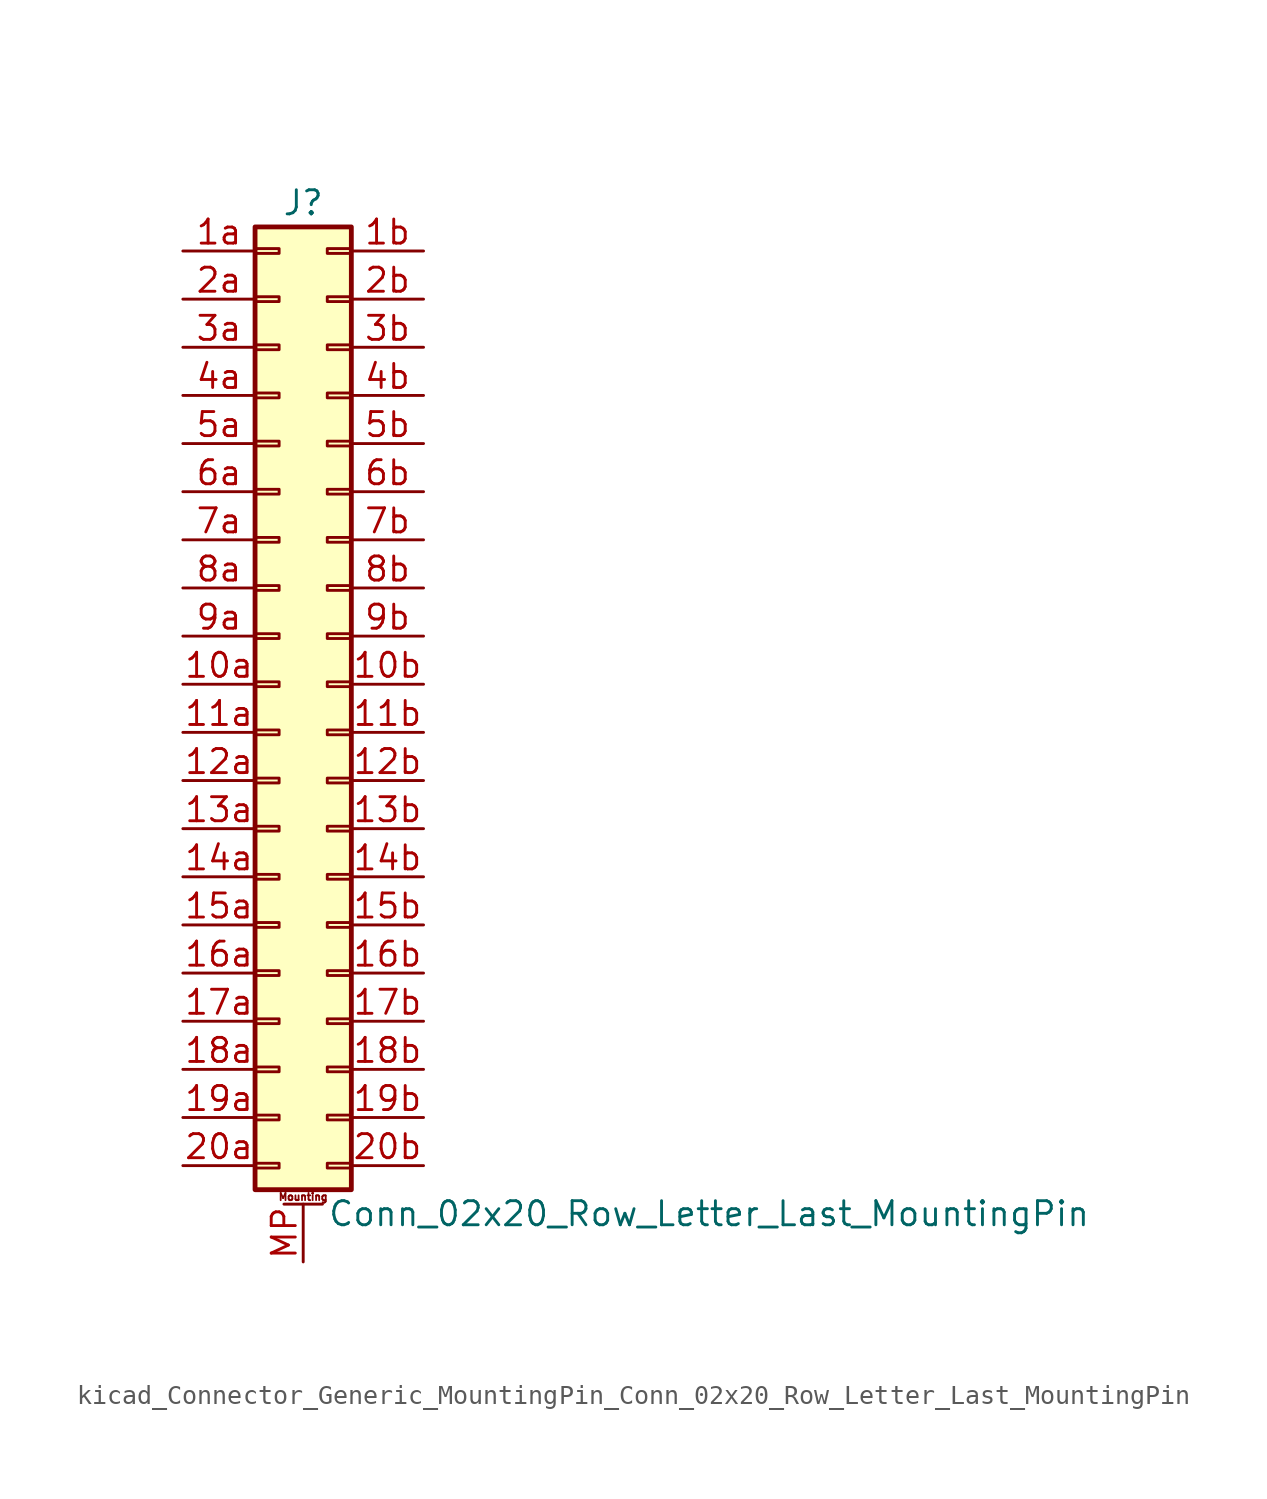
<source format=kicad_sym>
(kicad_symbol_lib
  (version 20220914)
  (generator kicad_symbol_editor)
  (symbol "kicad_Connector_Generic_MountingPin_Conn_02x20_Row_Letter_Last_MountingPin"
    (pin_names
      (offset 1.016) hide)
    (property "Reference" "J"
      (at 1.27 25.4 0)
      (effects (font (size 1.27 1.27))))
    (property "Value" "Conn_02x20_Row_Letter_Last_MountingPin"
      (at 2.54 -27.94 0)
      (effects (font (size 1.27 1.27)) (justify left)))
    (symbol "kicad_Connector_Generic_MountingPin_Conn_02x20_Row_Letter_Last_MountingPin_1_1"
      (rectangle (start -1.27 -25.273) (end 0 -25.527) (stroke (width 0.152) (type default)) (fill (type none)))
      (rectangle (start -1.27 -22.733) (end 0 -22.987) (stroke (width 0.152) (type default)) (fill (type none)))
      (rectangle (start -1.27 -20.193) (end 0 -20.447) (stroke (width 0.152) (type default)) (fill (type none)))
      (rectangle (start -1.27 -17.653) (end 0 -17.907) (stroke (width 0.152) (type default)) (fill (type none)))
      (rectangle (start -1.27 -15.113) (end 0 -15.367) (stroke (width 0.152) (type default)) (fill (type none)))
      (rectangle (start -1.27 -12.573) (end 0 -12.827) (stroke (width 0.152) (type default)) (fill (type none)))
      (rectangle (start -1.27 -10.033) (end 0 -10.287) (stroke (width 0.152) (type default)) (fill (type none)))
      (rectangle (start -1.27 -7.493) (end 0 -7.747) (stroke (width 0.152) (type default)) (fill (type none)))
      (rectangle (start -1.27 -4.953) (end 0 -5.207) (stroke (width 0.152) (type default)) (fill (type none)))
      (rectangle (start -1.27 -2.413) (end 0 -2.667) (stroke (width 0.152) (type default)) (fill (type none)))
      (rectangle (start -1.27 0.127) (end 0 -0.127) (stroke (width 0.152) (type default)) (fill (type none)))
      (rectangle (start -1.27 2.667) (end 0 2.413) (stroke (width 0.152) (type default)) (fill (type none)))
      (rectangle (start -1.27 5.207) (end 0 4.953) (stroke (width 0.152) (type default)) (fill (type none)))
      (rectangle (start -1.27 7.747) (end 0 7.493) (stroke (width 0.152) (type default)) (fill (type none)))
      (rectangle (start -1.27 10.287) (end 0 10.033) (stroke (width 0.152) (type default)) (fill (type none)))
      (rectangle (start -1.27 12.827) (end 0 12.573) (stroke (width 0.152) (type default)) (fill (type none)))
      (rectangle (start -1.27 15.367) (end 0 15.113) (stroke (width 0.152) (type default)) (fill (type none)))
      (rectangle (start -1.27 17.907) (end 0 17.653) (stroke (width 0.152) (type default)) (fill (type none)))
      (rectangle (start -1.27 20.447) (end 0 20.193) (stroke (width 0.152) (type default)) (fill (type none)))
      (rectangle (start -1.27 22.987) (end 0 22.733) (stroke (width 0.152) (type default)) (fill (type none)))
      (rectangle (start -1.27 24.13) (end 3.81 -26.67) (stroke (width 0.254) (type default)) (fill (type background)))
      (polyline (pts (xy 0.254 -27.432) (xy 2.286 -27.432)) (stroke (width 0.152) (type default)) (fill (type none)))
      (rectangle (start 3.81 -25.273) (end 2.54 -25.527) (stroke (width 0.152) (type default)) (fill (type none)))
      (rectangle (start 3.81 -22.733) (end 2.54 -22.987) (stroke (width 0.152) (type default)) (fill (type none)))
      (rectangle (start 3.81 -20.193) (end 2.54 -20.447) (stroke (width 0.152) (type default)) (fill (type none)))
      (rectangle (start 3.81 -17.653) (end 2.54 -17.907) (stroke (width 0.152) (type default)) (fill (type none)))
      (rectangle (start 3.81 -15.113) (end 2.54 -15.367) (stroke (width 0.152) (type default)) (fill (type none)))
      (rectangle (start 3.81 -12.573) (end 2.54 -12.827) (stroke (width 0.152) (type default)) (fill (type none)))
      (rectangle (start 3.81 -10.033) (end 2.54 -10.287) (stroke (width 0.152) (type default)) (fill (type none)))
      (rectangle (start 3.81 -7.493) (end 2.54 -7.747) (stroke (width 0.152) (type default)) (fill (type none)))
      (rectangle (start 3.81 -4.953) (end 2.54 -5.207) (stroke (width 0.152) (type default)) (fill (type none)))
      (rectangle (start 3.81 -2.413) (end 2.54 -2.667) (stroke (width 0.152) (type default)) (fill (type none)))
      (rectangle (start 3.81 0.127) (end 2.54 -0.127) (stroke (width 0.152) (type default)) (fill (type none)))
      (rectangle (start 3.81 2.667) (end 2.54 2.413) (stroke (width 0.152) (type default)) (fill (type none)))
      (rectangle (start 3.81 5.207) (end 2.54 4.953) (stroke (width 0.152) (type default)) (fill (type none)))
      (rectangle (start 3.81 7.747) (end 2.54 7.493) (stroke (width 0.152) (type default)) (fill (type none)))
      (rectangle (start 3.81 10.287) (end 2.54 10.033) (stroke (width 0.152) (type default)) (fill (type none)))
      (rectangle (start 3.81 12.827) (end 2.54 12.573) (stroke (width 0.152) (type default)) (fill (type none)))
      (rectangle (start 3.81 15.367) (end 2.54 15.113) (stroke (width 0.152) (type default)) (fill (type none)))
      (rectangle (start 3.81 17.907) (end 2.54 17.653) (stroke (width 0.152) (type default)) (fill (type none)))
      (rectangle (start 3.81 20.447) (end 2.54 20.193) (stroke (width 0.152) (type default)) (fill (type none)))
      (rectangle (start 3.81 22.987) (end 2.54 22.733) (stroke (width 0.152) (type default)) (fill (type none)))
      (text "Mounting" (at 1.27 -27.051 0) (effects (font (size 0.381 0.381))))
      (pin passive line (at -5.08 0 0) (length 3.81) (name "Pin_10a" (effects (font (size 1.27 1.27)))) (number "10a" (effects (font (size 1.27 1.27)))))
      (pin passive line (at 7.62 0 180) (length 3.81) (name "Pin_10b" (effects (font (size 1.27 1.27)))) (number "10b" (effects (font (size 1.27 1.27)))))
      (pin passive line (at -5.08 -2.54 0) (length 3.81) (name "Pin_11a" (effects (font (size 1.27 1.27)))) (number "11a" (effects (font (size 1.27 1.27)))))
      (pin passive line (at 7.62 -2.54 180) (length 3.81) (name "Pin_11b" (effects (font (size 1.27 1.27)))) (number "11b" (effects (font (size 1.27 1.27)))))
      (pin passive line (at -5.08 -5.08 0) (length 3.81) (name "Pin_12a" (effects (font (size 1.27 1.27)))) (number "12a" (effects (font (size 1.27 1.27)))))
      (pin passive line (at 7.62 -5.08 180) (length 3.81) (name "Pin_12b" (effects (font (size 1.27 1.27)))) (number "12b" (effects (font (size 1.27 1.27)))))
      (pin passive line (at -5.08 -7.62 0) (length 3.81) (name "Pin_13a" (effects (font (size 1.27 1.27)))) (number "13a" (effects (font (size 1.27 1.27)))))
      (pin passive line (at 7.62 -7.62 180) (length 3.81) (name "Pin_13b" (effects (font (size 1.27 1.27)))) (number "13b" (effects (font (size 1.27 1.27)))))
      (pin passive line (at -5.08 -10.16 0) (length 3.81) (name "Pin_14a" (effects (font (size 1.27 1.27)))) (number "14a" (effects (font (size 1.27 1.27)))))
      (pin passive line (at 7.62 -10.16 180) (length 3.81) (name "Pin_14b" (effects (font (size 1.27 1.27)))) (number "14b" (effects (font (size 1.27 1.27)))))
      (pin passive line (at -5.08 -12.7 0) (length 3.81) (name "Pin_15a" (effects (font (size 1.27 1.27)))) (number "15a" (effects (font (size 1.27 1.27)))))
      (pin passive line (at 7.62 -12.7 180) (length 3.81) (name "Pin_15b" (effects (font (size 1.27 1.27)))) (number "15b" (effects (font (size 1.27 1.27)))))
      (pin passive line (at -5.08 -15.24 0) (length 3.81) (name "Pin_16a" (effects (font (size 1.27 1.27)))) (number "16a" (effects (font (size 1.27 1.27)))))
      (pin passive line (at 7.62 -15.24 180) (length 3.81) (name "Pin_16b" (effects (font (size 1.27 1.27)))) (number "16b" (effects (font (size 1.27 1.27)))))
      (pin passive line (at -5.08 -17.78 0) (length 3.81) (name "Pin_17a" (effects (font (size 1.27 1.27)))) (number "17a" (effects (font (size 1.27 1.27)))))
      (pin passive line (at 7.62 -17.78 180) (length 3.81) (name "Pin_17b" (effects (font (size 1.27 1.27)))) (number "17b" (effects (font (size 1.27 1.27)))))
      (pin passive line (at -5.08 -20.32 0) (length 3.81) (name "Pin_18a" (effects (font (size 1.27 1.27)))) (number "18a" (effects (font (size 1.27 1.27)))))
      (pin passive line (at 7.62 -20.32 180) (length 3.81) (name "Pin_18b" (effects (font (size 1.27 1.27)))) (number "18b" (effects (font (size 1.27 1.27)))))
      (pin passive line (at -5.08 -22.86 0) (length 3.81) (name "Pin_19a" (effects (font (size 1.27 1.27)))) (number "19a" (effects (font (size 1.27 1.27)))))
      (pin passive line (at 7.62 -22.86 180) (length 3.81) (name "Pin_19b" (effects (font (size 1.27 1.27)))) (number "19b" (effects (font (size 1.27 1.27)))))
      (pin passive line (at -5.08 22.86 0) (length 3.81) (name "Pin_1a" (effects (font (size 1.27 1.27)))) (number "1a" (effects (font (size 1.27 1.27)))))
      (pin passive line (at 7.62 22.86 180) (length 3.81) (name "Pin_1b" (effects (font (size 1.27 1.27)))) (number "1b" (effects (font (size 1.27 1.27)))))
      (pin passive line (at -5.08 -25.4 0) (length 3.81) (name "Pin_20a" (effects (font (size 1.27 1.27)))) (number "20a" (effects (font (size 1.27 1.27)))))
      (pin passive line (at 7.62 -25.4 180) (length 3.81) (name "Pin_20b" (effects (font (size 1.27 1.27)))) (number "20b" (effects (font (size 1.27 1.27)))))
      (pin passive line (at -5.08 20.32 0) (length 3.81) (name "Pin_2a" (effects (font (size 1.27 1.27)))) (number "2a" (effects (font (size 1.27 1.27)))))
      (pin passive line (at 7.62 20.32 180) (length 3.81) (name "Pin_2b" (effects (font (size 1.27 1.27)))) (number "2b" (effects (font (size 1.27 1.27)))))
      (pin passive line (at -5.08 17.78 0) (length 3.81) (name "Pin_3a" (effects (font (size 1.27 1.27)))) (number "3a" (effects (font (size 1.27 1.27)))))
      (pin passive line (at 7.62 17.78 180) (length 3.81) (name "Pin_3b" (effects (font (size 1.27 1.27)))) (number "3b" (effects (font (size 1.27 1.27)))))
      (pin passive line (at -5.08 15.24 0) (length 3.81) (name "Pin_4a" (effects (font (size 1.27 1.27)))) (number "4a" (effects (font (size 1.27 1.27)))))
      (pin passive line (at 7.62 15.24 180) (length 3.81) (name "Pin_4b" (effects (font (size 1.27 1.27)))) (number "4b" (effects (font (size 1.27 1.27)))))
      (pin passive line (at -5.08 12.7 0) (length 3.81) (name "Pin_5a" (effects (font (size 1.27 1.27)))) (number "5a" (effects (font (size 1.27 1.27)))))
      (pin passive line (at 7.62 12.7 180) (length 3.81) (name "Pin_5b" (effects (font (size 1.27 1.27)))) (number "5b" (effects (font (size 1.27 1.27)))))
      (pin passive line (at -5.08 10.16 0) (length 3.81) (name "Pin_6a" (effects (font (size 1.27 1.27)))) (number "6a" (effects (font (size 1.27 1.27)))))
      (pin passive line (at 7.62 10.16 180) (length 3.81) (name "Pin_6b" (effects (font (size 1.27 1.27)))) (number "6b" (effects (font (size 1.27 1.27)))))
      (pin passive line (at -5.08 7.62 0) (length 3.81) (name "Pin_7a" (effects (font (size 1.27 1.27)))) (number "7a" (effects (font (size 1.27 1.27)))))
      (pin passive line (at 7.62 7.62 180) (length 3.81) (name "Pin_7b" (effects (font (size 1.27 1.27)))) (number "7b" (effects (font (size 1.27 1.27)))))
      (pin passive line (at -5.08 5.08 0) (length 3.81) (name "Pin_8a" (effects (font (size 1.27 1.27)))) (number "8a" (effects (font (size 1.27 1.27)))))
      (pin passive line (at 7.62 5.08 180) (length 3.81) (name "Pin_8b" (effects (font (size 1.27 1.27)))) (number "8b" (effects (font (size 1.27 1.27)))))
      (pin passive line (at -5.08 2.54 0) (length 3.81) (name "Pin_9a" (effects (font (size 1.27 1.27)))) (number "9a" (effects (font (size 1.27 1.27)))))
      (pin passive line (at 7.62 2.54 180) (length 3.81) (name "Pin_9b" (effects (font (size 1.27 1.27)))) (number "9b" (effects (font (size 1.27 1.27)))))
      (pin passive line (at 1.27 -30.48 90) (length 3.048) (name "MountPin" (effects (font (size 1.27 1.27)))) (number "MP" (effects (font (size 1.27 1.27))))))))
</source>
